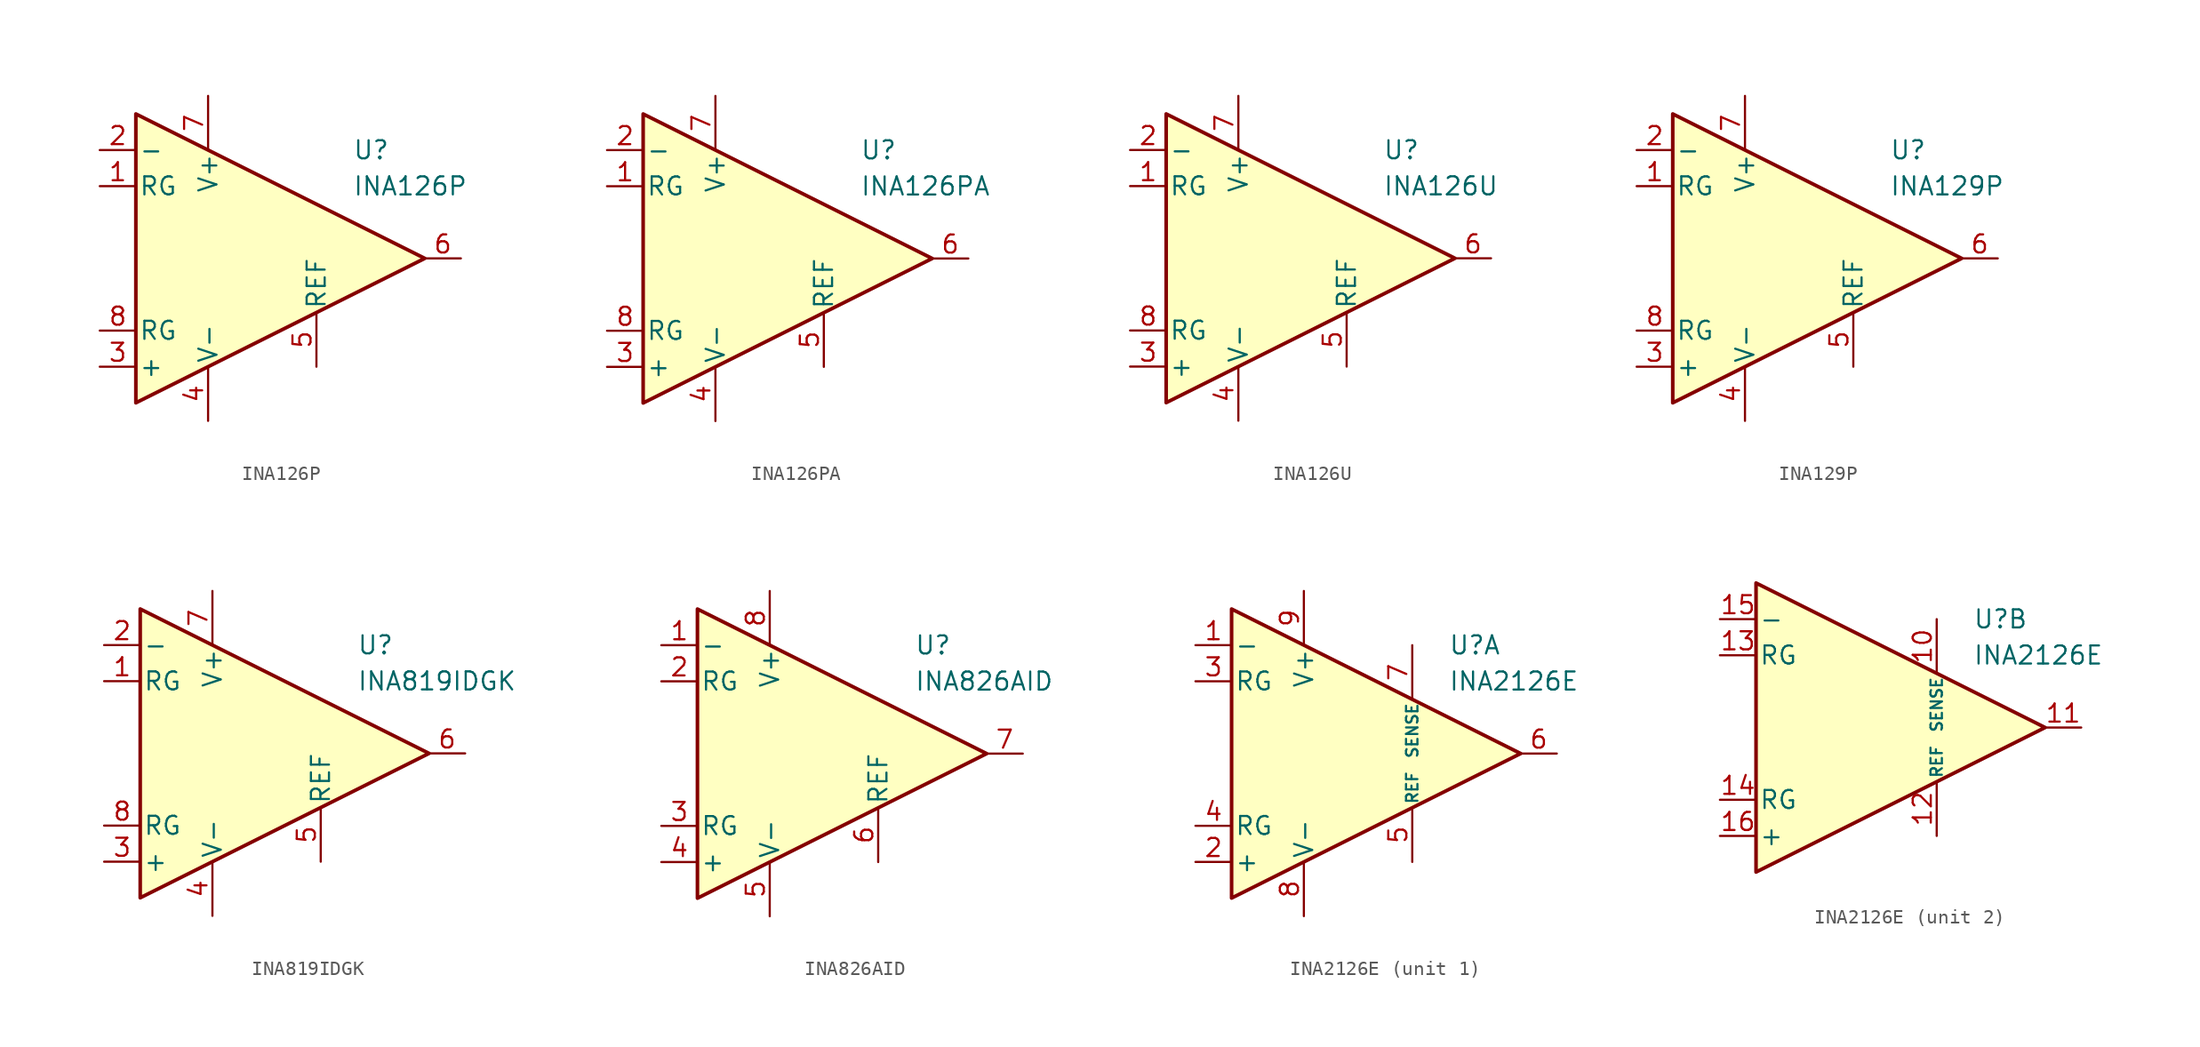
<source format=kicad_sym>
(kicad_symbol_lib
  (version 20211014)
  (generator kicad_symbol_editor)
  (symbol "INA126P"
    (pin_names
      (offset 0.2))
    (property "Reference" "U"
      (at 6.35 7.62 0)
      (effects (font (size 1.27 1.27)) (justify left)))
    (property "Value" "INA126P"
      (at 6.35 5.08 0)
      (effects (font (size 1.27 1.27)) (justify left)))
    (symbol "INA126P_0_1"
      (polyline (pts (xy -8.89 10.16) (xy -8.89 -10.16) (xy 11.43 0) (xy -8.89 10.16)) (stroke (width 0.254) (type default) (color 0 0 0 0)) (fill (type background))))
    (symbol "INA126P_1_1"
      (pin passive line (at -11.43 5.08 0) (length 2.54) (name "RG" (effects (font (size 1.27 1.27)))) (number "1" (effects (font (size 1.27 1.27)))))
      (pin input line (at -11.43 7.62 0) (length 2.54) (name "-" (effects (font (size 1.27 1.27)))) (number "2" (effects (font (size 1.27 1.27)))))
      (pin input line (at -11.43 -7.62 0) (length 2.54) (name "+" (effects (font (size 1.27 1.27)))) (number "3" (effects (font (size 1.27 1.27)))))
      (pin power_in line (at -3.81 -11.43 90) (length 3.81) (name "V-" (effects (font (size 1.27 1.27)))) (number "4" (effects (font (size 1.27 1.27)))))
      (pin input line (at 3.81 -7.62 90) (length 3.81) (name "REF" (effects (font (size 1.27 1.27)))) (number "5" (effects (font (size 1.27 1.27)))))
      (pin output line (at 13.97 0 180) (length 2.54) (name "~" (effects (font (size 1.27 1.27)))) (number "6" (effects (font (size 1.27 1.27)))))
      (pin power_in line (at -3.81 11.43 270) (length 3.81) (name "V+" (effects (font (size 1.27 1.27)))) (number "7" (effects (font (size 1.27 1.27)))))
      (pin passive line (at -11.43 -5.08 0) (length 2.54) (name "RG" (effects (font (size 1.27 1.27)))) (number "8" (effects (font (size 1.27 1.27)))))))
  (symbol "INA126PA"
    (pin_names
      (offset 0.2))
    (property "Reference" "U"
      (at 6.35 7.62 0)
      (effects (font (size 1.27 1.27)) (justify left)))
    (property "Value" "INA126PA"
      (at 6.35 5.08 0)
      (effects (font (size 1.27 1.27)) (justify left)))
    (symbol "INA126PA_0_1"
      (polyline (pts (xy -8.89 10.16) (xy -8.89 -10.16) (xy 11.43 0) (xy -8.89 10.16)) (stroke (width 0.254) (type default) (color 0 0 0 0)) (fill (type background))))
    (symbol "INA126PA_1_1"
      (pin passive line (at -11.43 5.08 0) (length 2.54) (name "RG" (effects (font (size 1.27 1.27)))) (number "1" (effects (font (size 1.27 1.27)))))
      (pin input line (at -11.43 7.62 0) (length 2.54) (name "-" (effects (font (size 1.27 1.27)))) (number "2" (effects (font (size 1.27 1.27)))))
      (pin input line (at -11.43 -7.62 0) (length 2.54) (name "+" (effects (font (size 1.27 1.27)))) (number "3" (effects (font (size 1.27 1.27)))))
      (pin power_in line (at -3.81 -11.43 90) (length 3.81) (name "V-" (effects (font (size 1.27 1.27)))) (number "4" (effects (font (size 1.27 1.27)))))
      (pin input line (at 3.81 -7.62 90) (length 3.81) (name "REF" (effects (font (size 1.27 1.27)))) (number "5" (effects (font (size 1.27 1.27)))))
      (pin output line (at 13.97 0 180) (length 2.54) (name "~" (effects (font (size 1.27 1.27)))) (number "6" (effects (font (size 1.27 1.27)))))
      (pin power_in line (at -3.81 11.43 270) (length 3.81) (name "V+" (effects (font (size 1.27 1.27)))) (number "7" (effects (font (size 1.27 1.27)))))
      (pin passive line (at -11.43 -5.08 0) (length 2.54) (name "RG" (effects (font (size 1.27 1.27)))) (number "8" (effects (font (size 1.27 1.27)))))))
  (symbol "INA126U"
    (pin_names
      (offset 0.2))
    (property "Reference" "U"
      (at 6.35 7.62 0)
      (effects (font (size 1.27 1.27)) (justify left)))
    (property "Value" "INA126U"
      (at 6.35 5.08 0)
      (effects (font (size 1.27 1.27)) (justify left)))
    (symbol "INA126U_0_1"
      (polyline (pts (xy -8.89 10.16) (xy -8.89 -10.16) (xy 11.43 0) (xy -8.89 10.16)) (stroke (width 0.254) (type default) (color 0 0 0 0)) (fill (type background))))
    (symbol "INA126U_1_1"
      (pin passive line (at -11.43 5.08 0) (length 2.54) (name "RG" (effects (font (size 1.27 1.27)))) (number "1" (effects (font (size 1.27 1.27)))))
      (pin input line (at -11.43 7.62 0) (length 2.54) (name "-" (effects (font (size 1.27 1.27)))) (number "2" (effects (font (size 1.27 1.27)))))
      (pin input line (at -11.43 -7.62 0) (length 2.54) (name "+" (effects (font (size 1.27 1.27)))) (number "3" (effects (font (size 1.27 1.27)))))
      (pin power_in line (at -3.81 -11.43 90) (length 3.81) (name "V-" (effects (font (size 1.27 1.27)))) (number "4" (effects (font (size 1.27 1.27)))))
      (pin input line (at 3.81 -7.62 90) (length 3.81) (name "REF" (effects (font (size 1.27 1.27)))) (number "5" (effects (font (size 1.27 1.27)))))
      (pin output line (at 13.97 0 180) (length 2.54) (name "~" (effects (font (size 1.27 1.27)))) (number "6" (effects (font (size 1.27 1.27)))))
      (pin power_in line (at -3.81 11.43 270) (length 3.81) (name "V+" (effects (font (size 1.27 1.27)))) (number "7" (effects (font (size 1.27 1.27)))))
      (pin passive line (at -11.43 -5.08 0) (length 2.54) (name "RG" (effects (font (size 1.27 1.27)))) (number "8" (effects (font (size 1.27 1.27)))))))
  (symbol "INA129P"
    (pin_names
      (offset 0.2))
    (property "Reference" "U"
      (at 6.35 7.62 0)
      (effects (font (size 1.27 1.27)) (justify left)))
    (property "Value" "INA129P"
      (at 6.35 5.08 0)
      (effects (font (size 1.27 1.27)) (justify left)))
    (symbol "INA129P_0_1"
      (polyline (pts (xy -8.89 10.16) (xy -8.89 -10.16) (xy 11.43 0) (xy -8.89 10.16)) (stroke (width 0.254) (type default) (color 0 0 0 0)) (fill (type background))))
    (symbol "INA129P_1_1"
      (pin passive line (at -11.43 5.08 0) (length 2.54) (name "RG" (effects (font (size 1.27 1.27)))) (number "1" (effects (font (size 1.27 1.27)))))
      (pin input line (at -11.43 7.62 0) (length 2.54) (name "-" (effects (font (size 1.27 1.27)))) (number "2" (effects (font (size 1.27 1.27)))))
      (pin input line (at -11.43 -7.62 0) (length 2.54) (name "+" (effects (font (size 1.27 1.27)))) (number "3" (effects (font (size 1.27 1.27)))))
      (pin power_in line (at -3.81 -11.43 90) (length 3.81) (name "V-" (effects (font (size 1.27 1.27)))) (number "4" (effects (font (size 1.27 1.27)))))
      (pin input line (at 3.81 -7.62 90) (length 3.81) (name "REF" (effects (font (size 1.27 1.27)))) (number "5" (effects (font (size 1.27 1.27)))))
      (pin output line (at 13.97 0 180) (length 2.54) (name "~" (effects (font (size 1.27 1.27)))) (number "6" (effects (font (size 1.27 1.27)))))
      (pin power_in line (at -3.81 11.43 270) (length 3.81) (name "V+" (effects (font (size 1.27 1.27)))) (number "7" (effects (font (size 1.27 1.27)))))
      (pin passive line (at -11.43 -5.08 0) (length 2.54) (name "RG" (effects (font (size 1.27 1.27)))) (number "8" (effects (font (size 1.27 1.27)))))))
  (symbol "INA819IDGK"
    (pin_names
      (offset 0.2))
    (property "Reference" "U"
      (at 6.35 7.62 0)
      (effects (font (size 1.27 1.27)) (justify left)))
    (property "Value" "INA819IDGK"
      (at 6.35 5.08 0)
      (effects (font (size 1.27 1.27)) (justify left)))
    (symbol "INA819IDGK_0_1"
      (polyline (pts (xy -8.89 10.16) (xy -8.89 -10.16) (xy 11.43 0) (xy -8.89 10.16)) (stroke (width 0.254) (type default) (color 0 0 0 0)) (fill (type background))))
    (symbol "INA819IDGK_1_1"
      (pin passive line (at -11.43 5.08 0) (length 2.54) (name "RG" (effects (font (size 1.27 1.27)))) (number "1" (effects (font (size 1.27 1.27)))))
      (pin input line (at -11.43 7.62 0) (length 2.54) (name "-" (effects (font (size 1.27 1.27)))) (number "2" (effects (font (size 1.27 1.27)))))
      (pin input line (at -11.43 -7.62 0) (length 2.54) (name "+" (effects (font (size 1.27 1.27)))) (number "3" (effects (font (size 1.27 1.27)))))
      (pin power_in line (at -3.81 -11.43 90) (length 3.81) (name "V-" (effects (font (size 1.27 1.27)))) (number "4" (effects (font (size 1.27 1.27)))))
      (pin input line (at 3.81 -7.62 90) (length 3.81) (name "REF" (effects (font (size 1.27 1.27)))) (number "5" (effects (font (size 1.27 1.27)))))
      (pin output line (at 13.97 0 180) (length 2.54) (name "~" (effects (font (size 1.27 1.27)))) (number "6" (effects (font (size 1.27 1.27)))))
      (pin power_in line (at -3.81 11.43 270) (length 3.81) (name "V+" (effects (font (size 1.27 1.27)))) (number "7" (effects (font (size 1.27 1.27)))))
      (pin passive line (at -11.43 -5.08 0) (length 2.54) (name "RG" (effects (font (size 1.27 1.27)))) (number "8" (effects (font (size 1.27 1.27)))))))
  (symbol "INA826AID"
    (pin_names
      (offset 0.2))
    (property "Reference" "U"
      (at 6.35 7.62 0)
      (effects (font (size 1.27 1.27)) (justify left)))
    (property "Value" "INA826AID"
      (at 6.35 5.08 0)
      (effects (font (size 1.27 1.27)) (justify left)))
    (symbol "INA826AID_0_1"
      (polyline (pts (xy -8.89 10.16) (xy -8.89 -10.16) (xy 11.43 0) (xy -8.89 10.16)) (stroke (width 0.254) (type default) (color 0 0 0 0)) (fill (type background))))
    (symbol "INA826AID_1_1"
      (pin input line (at -11.43 7.62 0) (length 2.54) (name "-" (effects (font (size 1.27 1.27)))) (number "1" (effects (font (size 1.27 1.27)))))
      (pin passive line (at -11.43 5.08 0) (length 2.54) (name "RG" (effects (font (size 1.27 1.27)))) (number "2" (effects (font (size 1.27 1.27)))))
      (pin passive line (at -11.43 -5.08 0) (length 2.54) (name "RG" (effects (font (size 1.27 1.27)))) (number "3" (effects (font (size 1.27 1.27)))))
      (pin input line (at -11.43 -7.62 0) (length 2.54) (name "+" (effects (font (size 1.27 1.27)))) (number "4" (effects (font (size 1.27 1.27)))))
      (pin power_in line (at -3.81 -11.43 90) (length 3.81) (name "V-" (effects (font (size 1.27 1.27)))) (number "5" (effects (font (size 1.27 1.27)))))
      (pin input line (at 3.81 -7.62 90) (length 3.81) (name "REF" (effects (font (size 1.27 1.27)))) (number "6" (effects (font (size 1.27 1.27)))))
      (pin output line (at 13.97 0 180) (length 2.54) (name "~" (effects (font (size 1.27 1.27)))) (number "7" (effects (font (size 1.27 1.27)))))
      (pin power_in line (at -3.81 11.43 270) (length 3.81) (name "V+" (effects (font (size 1.27 1.27)))) (number "8" (effects (font (size 1.27 1.27)))))))
  (symbol "INA2126E"
    (pin_names
      (offset 0.2))
    (property "Reference" "U"
      (at 6.35 7.62 0)
      (effects (font (size 1.27 1.27)) (justify left)))
    (property "Value" "INA2126E"
      (at 6.35 5.08 0)
      (effects (font (size 1.27 1.27)) (justify left)))
    (property "ki_locked" ""
      (at 0 0 0)
      (effects (font (size 1.27 1.27))))
    (symbol "INA2126E_0_1"
      (polyline (pts (xy -8.89 10.16) (xy -8.89 -10.16) (xy 11.43 0) (xy -8.89 10.16)) (stroke (width 0.254) (type default) (color 0 0 0 0)) (fill (type background))))
    (symbol "INA2126E_1_1"
      (pin input line (at -11.43 7.62 0) (length 2.54) (name "-" (effects (font (size 1.27 1.27)))) (number "1" (effects (font (size 1.27 1.27)))))
      (pin input line (at -11.43 -7.62 0) (length 2.54) (name "+" (effects (font (size 1.27 1.27)))) (number "2" (effects (font (size 1.27 1.27)))))
      (pin passive line (at -11.43 5.08 0) (length 2.54) (name "RG" (effects (font (size 1.27 1.27)))) (number "3" (effects (font (size 1.27 1.27)))))
      (pin passive line (at -11.43 -5.08 0) (length 2.54) (name "RG" (effects (font (size 1.27 1.27)))) (number "4" (effects (font (size 1.27 1.27)))))
      (pin input line (at 3.81 -7.62 90) (length 3.81) (name "REF" (effects (font (size 0.8 0.8)))) (number "5" (effects (font (size 1.27 1.27)))))
      (pin output line (at 13.97 0 180) (length 2.54) (name "~" (effects (font (size 1.27 1.27)))) (number "6" (effects (font (size 1.27 1.27)))))
      (pin input line (at 3.81 7.62 270) (length 3.81) (name "SENSE" (effects (font (size 0.8 0.8)))) (number "7" (effects (font (size 1.27 1.27)))))
      (pin power_in line (at -3.81 -11.43 90) (length 3.81) (name "V-" (effects (font (size 1.27 1.27)))) (number "8" (effects (font (size 1.27 1.27)))))
      (pin power_in line (at -3.81 11.43 270) (length 3.81) (name "V+" (effects (font (size 1.27 1.27)))) (number "9" (effects (font (size 1.27 1.27))))))
    (symbol "INA2126E_2_1"
      (pin input line (at 3.81 7.62 270) (length 3.81) (name "SENSE" (effects (font (size 0.8 0.8)))) (number "10" (effects (font (size 1.27 1.27)))))
      (pin output line (at 13.97 0 180) (length 2.54) (name "~" (effects (font (size 1.27 1.27)))) (number "11" (effects (font (size 1.27 1.27)))))
      (pin input line (at 3.81 -7.62 90) (length 3.81) (name "REF" (effects (font (size 0.8 0.8)))) (number "12" (effects (font (size 1.27 1.27)))))
      (pin passive line (at -11.43 5.08 0) (length 2.54) (name "RG" (effects (font (size 1.27 1.27)))) (number "13" (effects (font (size 1.27 1.27)))))
      (pin passive line (at -11.43 -5.08 0) (length 2.54) (name "RG" (effects (font (size 1.27 1.27)))) (number "14" (effects (font (size 1.27 1.27)))))
      (pin input line (at -11.43 7.62 0) (length 2.54) (name "-" (effects (font (size 1.27 1.27)))) (number "15" (effects (font (size 1.27 1.27)))))
      (pin input line (at -11.43 -7.62 0) (length 2.54) (name "+" (effects (font (size 1.27 1.27)))) (number "16" (effects (font (size 1.27 1.27))))))))
</source>
